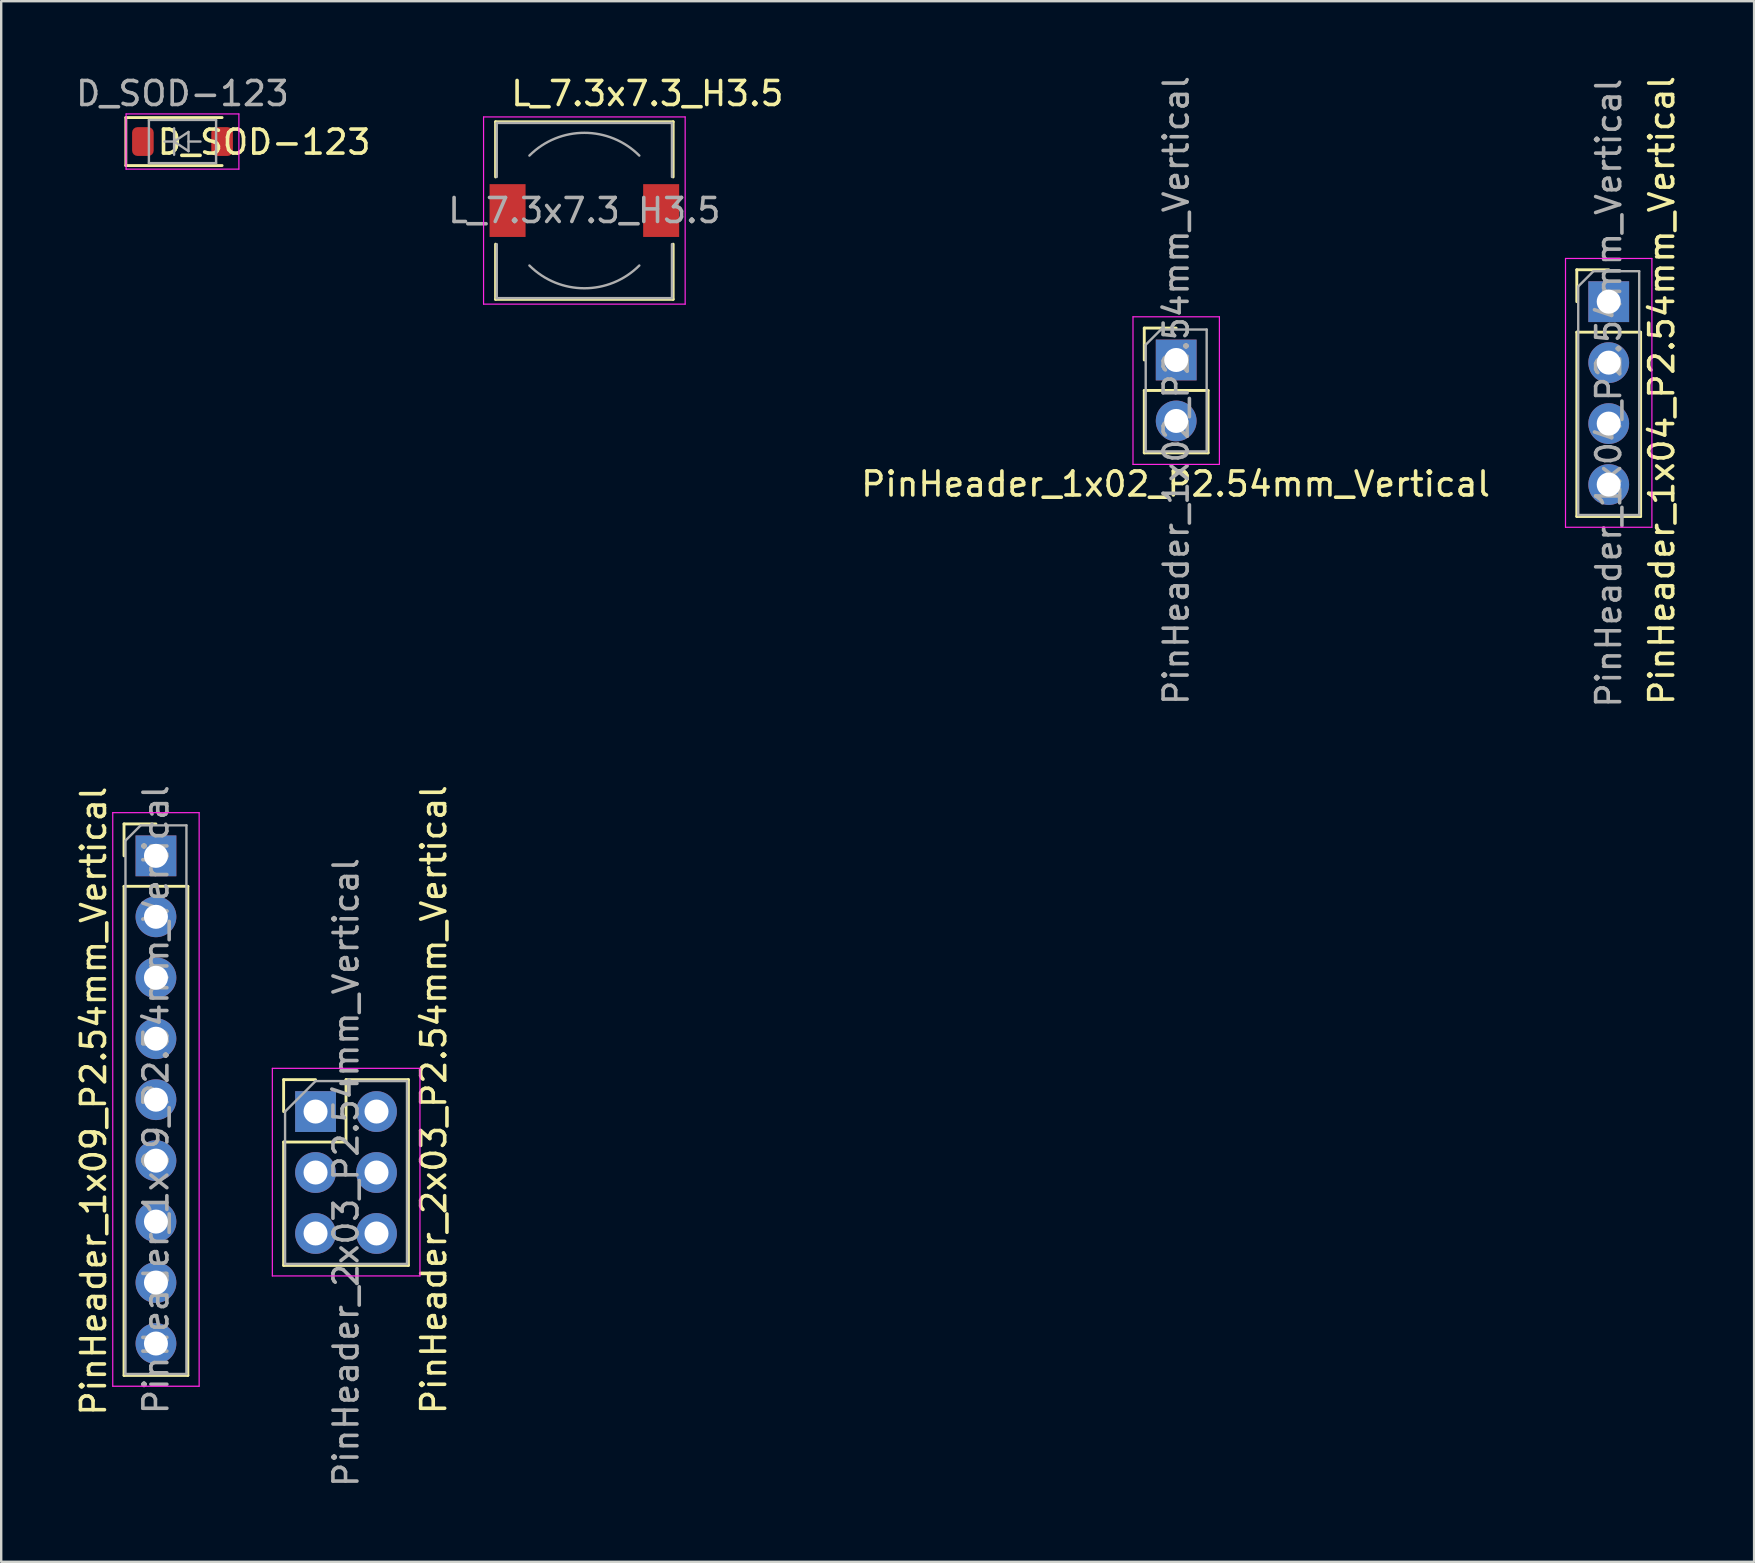
<source format=kicad_pcb>
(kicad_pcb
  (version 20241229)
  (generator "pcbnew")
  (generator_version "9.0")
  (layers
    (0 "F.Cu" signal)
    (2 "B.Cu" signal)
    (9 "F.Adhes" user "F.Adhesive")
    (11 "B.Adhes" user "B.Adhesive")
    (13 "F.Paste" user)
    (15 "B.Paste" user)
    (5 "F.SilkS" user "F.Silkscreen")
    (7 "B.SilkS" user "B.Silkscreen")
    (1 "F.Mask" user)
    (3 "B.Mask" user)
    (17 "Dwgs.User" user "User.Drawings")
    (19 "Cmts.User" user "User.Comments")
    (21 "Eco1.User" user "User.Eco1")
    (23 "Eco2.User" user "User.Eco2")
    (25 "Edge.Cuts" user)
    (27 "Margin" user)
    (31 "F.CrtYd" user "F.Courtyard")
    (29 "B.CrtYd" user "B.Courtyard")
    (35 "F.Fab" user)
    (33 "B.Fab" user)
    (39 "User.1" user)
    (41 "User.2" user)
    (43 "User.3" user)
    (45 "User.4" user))
  (footprint "L_7.3x7.3_H3.5"
    (layer "F.Cu")
    (at 21.299 5.723)
    (property "Reference" "L_7.3x7.3_H3.5" (at 2.625 -4.875 0) (layer "F.SilkS") (effects (font (size 1 1) (thickness 0.15))))
    (attr smd)
    (fp_line (start -3.7 -1.4) (end -3.7 -3.7) (stroke (width 0.12) (type solid)) (layer "F.SilkS"))
    (fp_line (start -3.7 -3.7) (end 3.7 -3.7) (stroke (width 0.12) (type solid)) (layer "F.SilkS"))
    (fp_line (start -3.7 3.7) (end -3.7 1.4) (stroke (width 0.12) (type solid)) (layer "F.SilkS"))
    (fp_line (start 3.7 -3.7) (end 3.7 -1.4) (stroke (width 0.12) (type solid)) (layer "F.SilkS"))
    (fp_line (start 3.7 3.7) (end -3.7 3.7) (stroke (width 0.12) (type solid)) (layer "F.SilkS"))
    (fp_line (start 3.7 1.4) (end 3.7 3.7) (stroke (width 0.12) (type solid)) (layer "F.SilkS"))
    (fp_line (start -4.2 -3.9) (end -4.2 3.9) (stroke (width 0.05) (type solid)) (layer "F.CrtYd"))
    (fp_line (start -4.2 3.9) (end 4.2 3.9) (stroke (width 0.05) (type solid)) (layer "F.CrtYd"))
    (fp_line (start 4.2 -3.9) (end -4.2 -3.9) (stroke (width 0.05) (type solid)) (layer "F.CrtYd"))
    (fp_line (start 4.2 3.9) (end 4.2 -3.9) (stroke (width 0.05) (type solid)) (layer "F.CrtYd"))
    (fp_line (start -3.65 -3.65) (end -3.65 -1.4) (stroke (width 0.1) (type solid)) (layer "F.Fab"))
    (fp_line (start -3.65 -3.65) (end 3.65 -3.65) (stroke (width 0.1) (type solid)) (layer "F.Fab"))
    (fp_line (start -3.65 3.65) (end -3.65 1.4) (stroke (width 0.1) (type solid)) (layer "F.Fab"))
    (fp_line (start 3.65 -3.65) (end 3.65 -1.4) (stroke (width 0.1) (type solid)) (layer "F.Fab"))
    (fp_line (start 3.65 3.65) (end -3.65 3.65) (stroke (width 0.1) (type solid)) (layer "F.Fab"))
    (fp_line (start 3.65 3.65) (end 3.65 1.4) (stroke (width 0.1) (type solid)) (layer "F.Fab"))
    (fp_arc (start -2.29 -2.29) (mid 0 -3.238549) (end 2.29 -2.29) (stroke (width 0.1) (type solid)) (layer "F.Fab"))
    (fp_arc (start 2.29 2.29) (mid 0 3.238549) (end -2.29 2.29) (stroke (width 0.1) (type solid)) (layer "F.Fab"))
    (fp_text user "${REFERENCE}" (at 0 0 180) (layer "F.Fab") (effects (font (size 1 1) (thickness 0.15))))
    (pad "1" smd rect (at -3.2 0) (size 1.5 2.2) (layers "F.Cu" "F.Mask" "F.Paste"))
    (pad "2" smd rect (at 3.2 0) (size 1.5 2.2) (layers "F.Cu" "F.Mask" "F.Paste")))
  (footprint "PinHeader_1x04_P2.54mm_Vertical"
    (layer "F.Cu")
    (at 63.981 9.52)
    (property "Reference" "PinHeader_1x04_P2.54mm_Vertical" (at 2.21 3.7 90) (layer "F.SilkS") (effects (font (size 1 1) (thickness 0.15))))
    (attr through_hole)
    (fp_line (start -1.33 -1.33) (end 0 -1.33) (stroke (width 0.12) (type solid)) (layer "F.SilkS"))
    (fp_line (start -1.33 0) (end -1.33 -1.33) (stroke (width 0.12) (type solid)) (layer "F.SilkS"))
    (fp_line (start -1.33 1.27) (end -1.33 8.95) (stroke (width 0.12) (type solid)) (layer "F.SilkS"))
    (fp_line (start -1.33 1.27) (end 1.33 1.27) (stroke (width 0.12) (type solid)) (layer "F.SilkS"))
    (fp_line (start -1.33 8.95) (end 1.33 8.95) (stroke (width 0.12) (type solid)) (layer "F.SilkS"))
    (fp_line (start 1.33 1.27) (end 1.33 8.95) (stroke (width 0.12) (type solid)) (layer "F.SilkS"))
    (fp_line (start -1.8 -1.8) (end -1.8 9.4) (stroke (width 0.05) (type solid)) (layer "F.CrtYd"))
    (fp_line (start -1.8 9.4) (end 1.8 9.4) (stroke (width 0.05) (type solid)) (layer "F.CrtYd"))
    (fp_line (start 1.8 -1.8) (end -1.8 -1.8) (stroke (width 0.05) (type solid)) (layer "F.CrtYd"))
    (fp_line (start 1.8 9.4) (end 1.8 -1.8) (stroke (width 0.05) (type solid)) (layer "F.CrtYd"))
    (fp_line (start -1.27 -0.635) (end -0.635 -1.27) (stroke (width 0.1) (type solid)) (layer "F.Fab"))
    (fp_line (start -1.27 8.89) (end -1.27 -0.635) (stroke (width 0.1) (type solid)) (layer "F.Fab"))
    (fp_line (start -0.635 -1.27) (end 1.27 -1.27) (stroke (width 0.1) (type solid)) (layer "F.Fab"))
    (fp_line (start 1.27 -1.27) (end 1.27 8.89) (stroke (width 0.1) (type solid)) (layer "F.Fab"))
    (fp_line (start 1.27 8.89) (end -1.27 8.89) (stroke (width 0.1) (type solid)) (layer "F.Fab"))
    (fp_text user "${REFERENCE}" (at 0 3.81 90) (layer "F.Fab") (effects (font (size 1 1) (thickness 0.15))))
    (pad "1" thru_hole rect (at 0 0) (size 1.7 1.7) (drill 1) (layers "*.Cu" "*.Mask"))
    (pad "2" thru_hole oval (at 0 2.54) (size 1.7 1.7) (drill 1) (layers "*.Cu" "*.Mask"))
    (pad "3" thru_hole oval (at 0 5.08) (size 1.7 1.7) (drill 1) (layers "*.Cu" "*.Mask"))
    (pad "4" thru_hole oval (at 0 7.62) (size 1.7 1.7) (drill 1) (layers "*.Cu" "*.Mask")))
  (footprint "PinHeader_1x09_P2.54mm_Vertical"
    (layer "F.Cu")
    (at 3.448 32.611)
    (property "Reference" "PinHeader_1x09_P2.54mm_Vertical" (at -2.6 10.22 270) (layer "F.SilkS") (effects (font (size 1 1) (thickness 0.15))))
    (attr through_hole)
    (fp_line (start -1.33 -1.33) (end 0 -1.33) (stroke (width 0.12) (type solid)) (layer "F.SilkS"))
    (fp_line (start -1.33 0) (end -1.33 -1.33) (stroke (width 0.12) (type solid)) (layer "F.SilkS"))
    (fp_line (start -1.33 1.27) (end -1.33 21.65) (stroke (width 0.12) (type solid)) (layer "F.SilkS"))
    (fp_line (start -1.33 1.27) (end 1.33 1.27) (stroke (width 0.12) (type solid)) (layer "F.SilkS"))
    (fp_line (start -1.33 21.65) (end 1.33 21.65) (stroke (width 0.12) (type solid)) (layer "F.SilkS"))
    (fp_line (start 1.33 1.27) (end 1.33 21.65) (stroke (width 0.12) (type solid)) (layer "F.SilkS"))
    (fp_line (start -1.8 -1.8) (end -1.8 22.1) (stroke (width 0.05) (type solid)) (layer "F.CrtYd"))
    (fp_line (start -1.8 22.1) (end 1.8 22.1) (stroke (width 0.05) (type solid)) (layer "F.CrtYd"))
    (fp_line (start 1.8 -1.8) (end -1.8 -1.8) (stroke (width 0.05) (type solid)) (layer "F.CrtYd"))
    (fp_line (start 1.8 22.1) (end 1.8 -1.8) (stroke (width 0.05) (type solid)) (layer "F.CrtYd"))
    (fp_line (start -1.27 -0.635) (end -0.635 -1.27) (stroke (width 0.1) (type solid)) (layer "F.Fab"))
    (fp_line (start -1.27 21.59) (end -1.27 -0.635) (stroke (width 0.1) (type solid)) (layer "F.Fab"))
    (fp_line (start -0.635 -1.27) (end 1.27 -1.27) (stroke (width 0.1) (type solid)) (layer "F.Fab"))
    (fp_line (start 1.27 -1.27) (end 1.27 21.59) (stroke (width 0.1) (type solid)) (layer "F.Fab"))
    (fp_line (start 1.27 21.59) (end -1.27 21.59) (stroke (width 0.1) (type solid)) (layer "F.Fab"))
    (fp_text user "${REFERENCE}" (at 0 10.16 270) (layer "F.Fab") (effects (font (size 1 1) (thickness 0.15))))
    (pad "1" thru_hole rect (at 0 0) (size 1.7 1.7) (drill 1) (layers "*.Cu" "*.Mask"))
    (pad "2" thru_hole oval (at 0 2.54) (size 1.7 1.7) (drill 1) (layers "*.Cu" "*.Mask"))
    (pad "3" thru_hole oval (at 0 5.08) (size 1.7 1.7) (drill 1) (layers "*.Cu" "*.Mask"))
    (pad "4" thru_hole oval (at 0 7.62) (size 1.7 1.7) (drill 1) (layers "*.Cu" "*.Mask"))
    (pad "5" thru_hole oval (at 0 10.16) (size 1.7 1.7) (drill 1) (layers "*.Cu" "*.Mask"))
    (pad "6" thru_hole oval (at 0 12.7) (size 1.7 1.7) (drill 1) (layers "*.Cu" "*.Mask"))
    (pad "7" thru_hole oval (at 0 15.24) (size 1.7 1.7) (drill 1) (layers "*.Cu" "*.Mask"))
    (pad "8" thru_hole oval (at 0 17.78) (size 1.7 1.7) (drill 1) (layers "*.Cu" "*.Mask"))
    (pad "9" thru_hole oval (at 0 20.32) (size 1.7 1.7) (drill 1) (layers "*.Cu" "*.Mask")))
  (footprint "D_SOD-123"
    (layer "F.Cu")
    (at 4.554 2.848)
    (property "Reference" "D_SOD-123" (at 3.4 0.025 180) (layer "F.SilkS") (effects (font (size 1 1) (thickness 0.15))))
    (attr smd)
    (fp_line (start -2.36 -1) (end -2.36 1) (stroke (width 0.12) (type solid)) (layer "F.SilkS"))
    (fp_line (start -2.36 -1) (end 1.65 -1) (stroke (width 0.12) (type solid)) (layer "F.SilkS"))
    (fp_line (start -2.36 1) (end 1.65 1) (stroke (width 0.12) (type solid)) (layer "F.SilkS"))
    (fp_line (start -2.35 -1.15) (end -2.35 1.15) (stroke (width 0.05) (type solid)) (layer "F.CrtYd"))
    (fp_line (start -2.35 -1.15) (end 2.35 -1.15) (stroke (width 0.05) (type solid)) (layer "F.CrtYd"))
    (fp_line (start 2.35 -1.15) (end 2.35 1.15) (stroke (width 0.05) (type solid)) (layer "F.CrtYd"))
    (fp_line (start 2.35 1.15) (end -2.35 1.15) (stroke (width 0.05) (type solid)) (layer "F.CrtYd"))
    (fp_line (start -1.4 -0.9) (end 1.4 -0.9) (stroke (width 0.1) (type solid)) (layer "F.Fab"))
    (fp_line (start -1.4 0.9) (end -1.4 -0.9) (stroke (width 0.1) (type solid)) (layer "F.Fab"))
    (fp_line (start -0.75 0) (end -0.35 0) (stroke (width 0.1) (type solid)) (layer "F.Fab"))
    (fp_line (start -0.35 0) (end -0.35 -0.55) (stroke (width 0.1) (type solid)) (layer "F.Fab"))
    (fp_line (start -0.35 0) (end -0.35 0.55) (stroke (width 0.1) (type solid)) (layer "F.Fab"))
    (fp_line (start -0.35 0) (end 0.25 -0.4) (stroke (width 0.1) (type solid)) (layer "F.Fab"))
    (fp_line (start 0.25 -0.4) (end 0.25 0.4) (stroke (width 0.1) (type solid)) (layer "F.Fab"))
    (fp_line (start 0.25 0) (end 0.75 0) (stroke (width 0.1) (type solid)) (layer "F.Fab"))
    (fp_line (start 0.25 0.4) (end -0.35 0) (stroke (width 0.1) (type solid)) (layer "F.Fab"))
    (fp_line (start 1.4 -0.9) (end 1.4 0.9) (stroke (width 0.1) (type solid)) (layer "F.Fab"))
    (fp_line (start 1.4 0.9) (end -1.4 0.9) (stroke (width 0.1) (type solid)) (layer "F.Fab"))
    (fp_text user "${REFERENCE}" (at 0 -2 180) (layer "F.Fab") (effects (font (size 1 1) (thickness 0.15))))
    (pad "1" smd roundrect (at -1.65 0) (size 0.9 1.2) (layers "F.Cu" "F.Mask" "F.Paste") (roundrect_rratio 0.25))
    (pad "2" smd roundrect (at 1.65 0) (size 0.9 1.2) (layers "F.Cu" "F.Mask" "F.Paste") (roundrect_rratio 0.25)))
  (footprint "PinHeader_2x03_P2.54mm_Vertical"
    (layer "F.Cu")
    (at 10.098 43.266)
    (property "Reference" "PinHeader_2x03_P2.54mm_Vertical" (at 4.925 -0.495 90) (layer "F.SilkS") (effects (font (size 1 1) (thickness 0.15))))
    (attr through_hole)
    (fp_line (start -1.33 -1.33) (end 0 -1.33) (stroke (width 0.12) (type solid)) (layer "F.SilkS"))
    (fp_line (start -1.33 0) (end -1.33 -1.33) (stroke (width 0.12) (type solid)) (layer "F.SilkS"))
    (fp_line (start -1.33 1.27) (end -1.33 6.41) (stroke (width 0.12) (type solid)) (layer "F.SilkS"))
    (fp_line (start -1.33 1.27) (end 1.27 1.27) (stroke (width 0.12) (type solid)) (layer "F.SilkS"))
    (fp_line (start -1.33 6.41) (end 3.87 6.41) (stroke (width 0.12) (type solid)) (layer "F.SilkS"))
    (fp_line (start 1.27 1.27) (end 1.27 -1.33) (stroke (width 0.12) (type solid)) (layer "F.SilkS"))
    (fp_line (start 1.27 -1.33) (end 3.87 -1.33) (stroke (width 0.12) (type solid)) (layer "F.SilkS"))
    (fp_line (start 3.87 -1.33) (end 3.87 6.41) (stroke (width 0.12) (type solid)) (layer "F.SilkS"))
    (fp_line (start -1.8 -1.8) (end -1.8 6.85) (stroke (width 0.05) (type solid)) (layer "F.CrtYd"))
    (fp_line (start -1.8 6.85) (end 4.35 6.85) (stroke (width 0.05) (type solid)) (layer "F.CrtYd"))
    (fp_line (start 4.35 -1.8) (end -1.8 -1.8) (stroke (width 0.05) (type solid)) (layer "F.CrtYd"))
    (fp_line (start 4.35 6.85) (end 4.35 -1.8) (stroke (width 0.05) (type solid)) (layer "F.CrtYd"))
    (fp_line (start -1.27 0) (end 0 -1.27) (stroke (width 0.1) (type solid)) (layer "F.Fab"))
    (fp_line (start -1.27 6.35) (end -1.27 0) (stroke (width 0.1) (type solid)) (layer "F.Fab"))
    (fp_line (start 0 -1.27) (end 3.81 -1.27) (stroke (width 0.1) (type solid)) (layer "F.Fab"))
    (fp_line (start 3.81 -1.27) (end 3.81 6.35) (stroke (width 0.1) (type solid)) (layer "F.Fab"))
    (fp_line (start 3.81 6.35) (end -1.27 6.35) (stroke (width 0.1) (type solid)) (layer "F.Fab"))
    (fp_text user "${REFERENCE}" (at 1.27 2.54 270) (layer "F.Fab") (effects (font (size 1 1) (thickness 0.15))))
    (pad "1" thru_hole rect (at 0 0) (size 1.7 1.7) (drill 1) (layers "*.Cu" "*.Mask"))
    (pad "2" thru_hole oval (at 2.54 0) (size 1.7 1.7) (drill 1) (layers "*.Cu" "*.Mask"))
    (pad "3" thru_hole oval (at 0 2.54) (size 1.7 1.7) (drill 1) (layers "*.Cu" "*.Mask"))
    (pad "4" thru_hole oval (at 2.54 2.54) (size 1.7 1.7) (drill 1) (layers "*.Cu" "*.Mask"))
    (pad "5" thru_hole oval (at 0 5.08) (size 1.7 1.7) (drill 1) (layers "*.Cu" "*.Mask"))
    (pad "6" thru_hole oval (at 2.54 5.08) (size 1.7 1.7) (drill 1) (layers "*.Cu" "*.Mask")))
  (footprint "PinHeader_1x02_P2.54mm_Vertical"
    (layer "F.Cu")
    (at 45.959 11.95)
    (property "Reference" "PinHeader_1x02_P2.54mm_Vertical" (at -0.024 5.168 0) (layer "F.SilkS") (effects (font (size 1 1) (thickness 0.15))))
    (attr through_hole)
    (fp_line (start -1.33 -1.33) (end 0 -1.33) (stroke (width 0.12) (type solid)) (layer "F.SilkS"))
    (fp_line (start -1.33 0) (end -1.33 -1.33) (stroke (width 0.12) (type solid)) (layer "F.SilkS"))
    (fp_line (start -1.33 1.27) (end -1.33 3.87) (stroke (width 0.12) (type solid)) (layer "F.SilkS"))
    (fp_line (start -1.33 1.27) (end 1.33 1.27) (stroke (width 0.12) (type solid)) (layer "F.SilkS"))
    (fp_line (start -1.33 3.87) (end 1.33 3.87) (stroke (width 0.12) (type solid)) (layer "F.SilkS"))
    (fp_line (start 1.33 1.27) (end 1.33 3.87) (stroke (width 0.12) (type solid)) (layer "F.SilkS"))
    (fp_line (start -1.8 -1.8) (end -1.8 4.35) (stroke (width 0.05) (type solid)) (layer "F.CrtYd"))
    (fp_line (start -1.8 4.35) (end 1.8 4.35) (stroke (width 0.05) (type solid)) (layer "F.CrtYd"))
    (fp_line (start 1.8 -1.8) (end -1.8 -1.8) (stroke (width 0.05) (type solid)) (layer "F.CrtYd"))
    (fp_line (start 1.8 4.35) (end 1.8 -1.8) (stroke (width 0.05) (type solid)) (layer "F.CrtYd"))
    (fp_line (start -1.27 -0.635) (end -0.635 -1.27) (stroke (width 0.1) (type solid)) (layer "F.Fab"))
    (fp_line (start -1.27 3.81) (end -1.27 -0.635) (stroke (width 0.1) (type solid)) (layer "F.Fab"))
    (fp_line (start -0.635 -1.27) (end 1.27 -1.27) (stroke (width 0.1) (type solid)) (layer "F.Fab"))
    (fp_line (start 1.27 -1.27) (end 1.27 3.81) (stroke (width 0.1) (type solid)) (layer "F.Fab"))
    (fp_line (start 1.27 3.81) (end -1.27 3.81) (stroke (width 0.1) (type solid)) (layer "F.Fab"))
    (fp_text user "${REFERENCE}" (at 0 1.27 90) (layer "F.Fab") (effects (font (size 1 1) (thickness 0.15))))
    (pad "1" thru_hole rect (at 0 0) (size 1.7 1.7) (drill 1) (layers "*.Cu" "*.Mask"))
    (pad "2" thru_hole oval (at 0 2.54) (size 1.7 1.7) (drill 1) (layers "*.Cu" "*.Mask")))
  (gr_rect
    (start -3 -3)
    (end 70.039 62.026)
    (stroke (width 0.1) (type default))
    (fill no)
    (layer "Edge.Cuts")))
</source>
